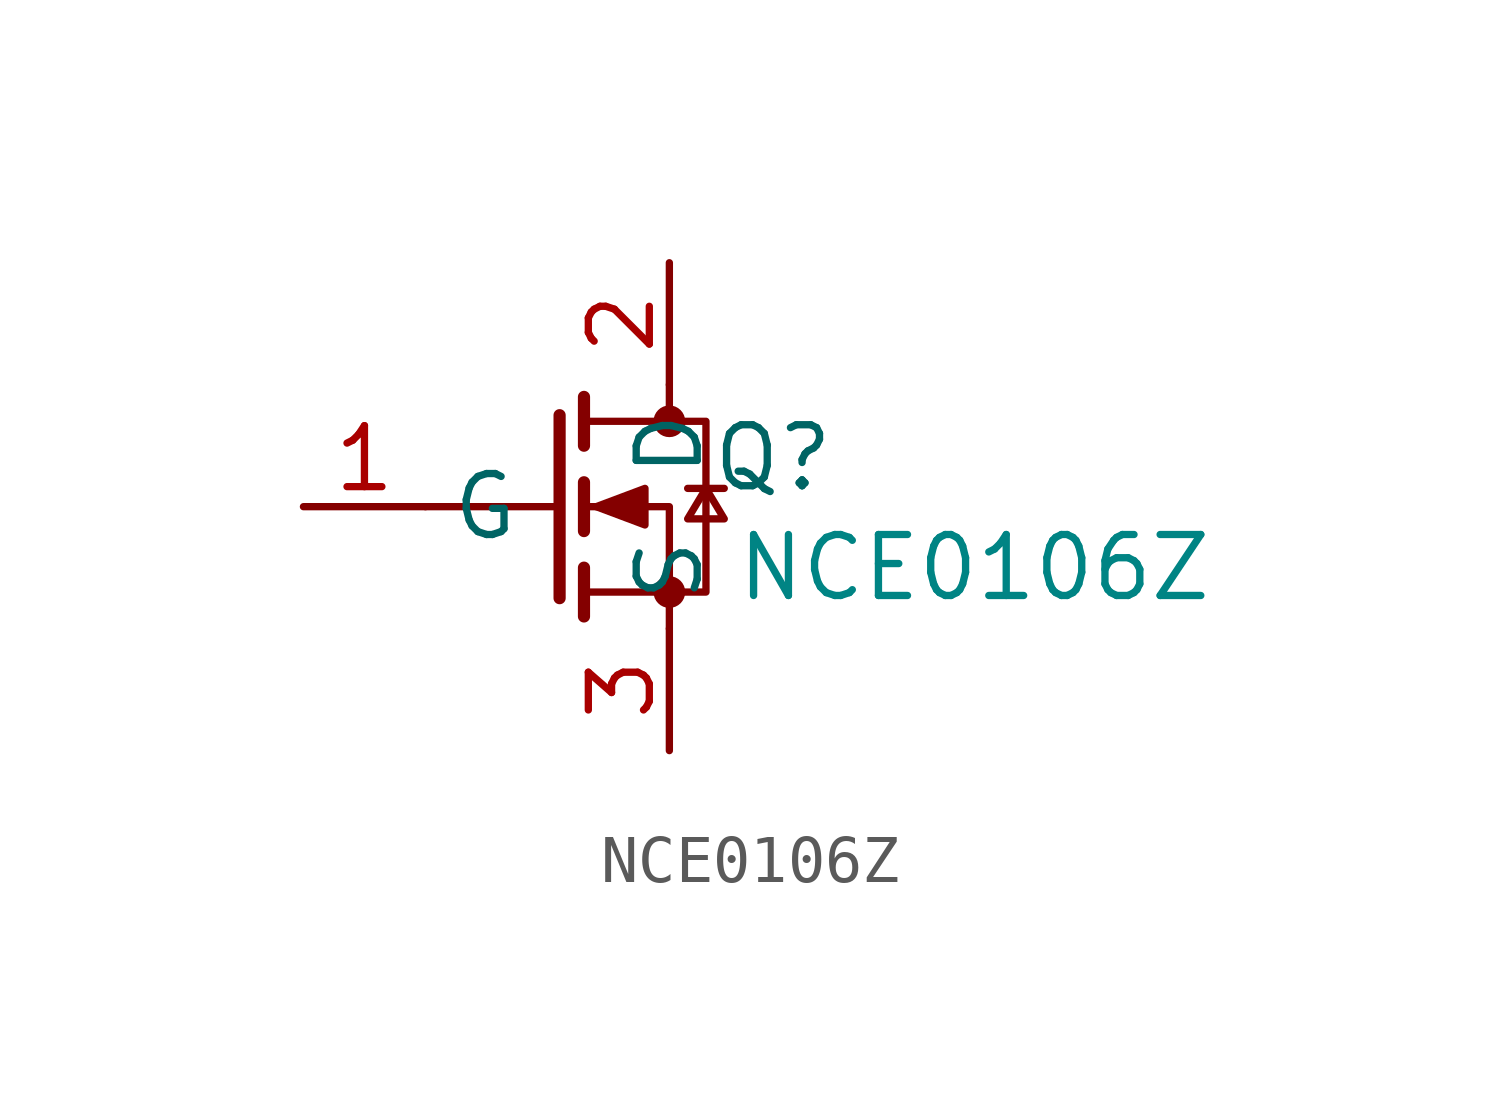
<source format=kicad_sym>
(kicad_symbol_lib
  (version 20220914)
  (generator kicad_symbol_editor)
  (symbol "NCE0106Z"
    (property "Reference" "Q"
      (at 3.429 1.016 0)
      (effects (font (size 1.27 1.27))))
    (property "Value" ""
      (at -3.81 3.81 0)
      (effects (font (size 1.27 1.27))))
    (symbol "NCE0106Z_0_1"
      (polyline (pts (xy -1.016 0) (xy -3.81 0)) (stroke (width 0) (type default)) (fill (type none)))
      (polyline (pts (xy -1.016 1.905) (xy -1.016 -1.905)) (stroke (width 0.254) (type default)) (fill (type none)))
      (polyline (pts (xy -0.508 -1.27) (xy -0.508 -2.286)) (stroke (width 0.254) (type default)) (fill (type none)))
      (polyline (pts (xy -0.508 0.508) (xy -0.508 -0.508)) (stroke (width 0.254) (type default)) (fill (type none)))
      (polyline (pts (xy -0.508 2.286) (xy -0.508 1.27)) (stroke (width 0.254) (type default)) (fill (type none)))
      (polyline (pts (xy 1.27 2.54) (xy 1.27 1.778)) (stroke (width 0) (type default)) (fill (type none)))
      (polyline (pts (xy 1.27 -2.54) (xy 1.27 0) (xy -0.508 0)) (stroke (width 0) (type default)) (fill (type none)))
      (polyline (pts (xy -0.508 -1.778) (xy 2.032 -1.778) (xy 2.032 1.778) (xy -0.508 1.778)) (stroke (width 0) (type default)) (fill (type none)))
      (polyline (pts (xy -0.254 0) (xy 0.762 0.381) (xy 0.762 -0.381) (xy -0.254 0)) (stroke (width 0) (type default)) (fill (type outline)))
      (polyline (pts (xy 1.651 0.381) (xy 1.651 0.381) (xy 2.413 0.381) (xy 2.413 0.381)) (stroke (width 0) (type default)) (fill (type none)))
      (polyline (pts (xy 2.032 0.381) (xy 1.651 -0.254) (xy 2.413 -0.254) (xy 2.032 0.381)) (stroke (width 0) (type default)) (fill (type none)))
      (circle (center 1.27 -1.778) (radius 0.254) (stroke (width 0) (type default)) (fill (type outline)))
      (circle (center 1.27 1.778) (radius 0.254) (stroke (width 0) (type default)) (fill (type outline))))
    (symbol "NCE0106Z_1_1"
      (text "NCE0106Z" (at 7.62 -1.27 0) (effects (font (size 1.27 1.27) (color 0 132 132 1))))
      (pin input line (at -6.35 0 0) (length 2.54) (name "G" (effects (font (size 1.27 1.27)))) (number "1" (effects (font (size 1.27 1.27)))))
      (pin passive line (at 1.27 5.08 270) (length 2.54) (name "D" (effects (font (size 1.27 1.27)))) (number "2" (effects (font (size 1.27 1.27)))))
      (pin passive line (at 1.27 -5.08 90) (length 2.54) (name "S" (effects (font (size 1.27 1.27)))) (number "3" (effects (font (size 1.27 1.27))))))))
</source>
